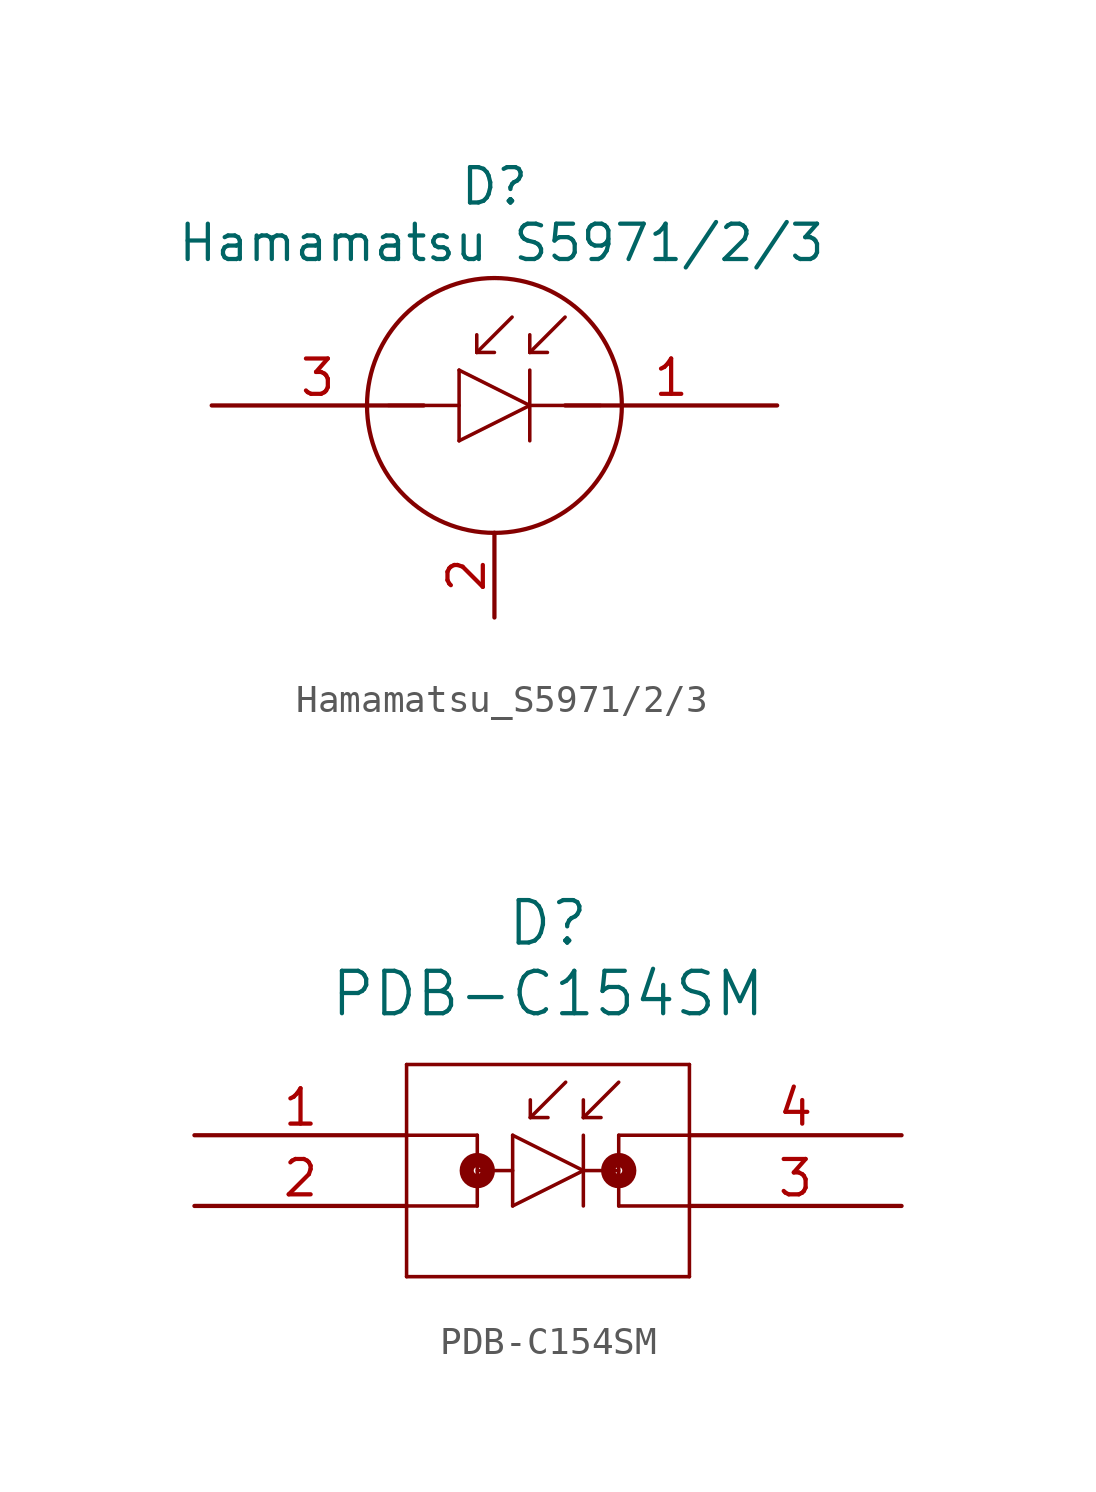
<source format=kicad_sym>
(kicad_symbol_lib
  (version 20231120)
  (generator "kicad_symbol_editor")
  (generator_version "8.0")
  (symbol "Hamamatsu_S5971/2/3"
    (pin_names hide)
    (property "Reference" "D"
      (at 0 7.874 0)
      (effects (font (size 1.27 1.27))))
    (property "Value" "Hamamatsu S5971/2/3"
      (at 0.254 5.842 0)
      (effects (font (size 1.27 1.27))))
    (symbol "Hamamatsu_S5971/2/3_0_1"
      (polyline (pts (xy -3.81 0) (xy -1.27 0)) (stroke (width 0.127) (type default)) (fill (type none)))
      (polyline (pts (xy -1.27 -1.27) (xy 1.27 0)) (stroke (width 0.127) (type default)) (fill (type none)))
      (polyline (pts (xy -1.27 1.27) (xy -1.27 -1.27)) (stroke (width 0.127) (type default)) (fill (type none)))
      (polyline (pts (xy -0.635 1.905) (xy -0.635 2.54)) (stroke (width 0.127) (type default)) (fill (type none)))
      (polyline (pts (xy -0.635 1.905) (xy 0 1.905)) (stroke (width 0.127) (type default)) (fill (type none)))
      (polyline (pts (xy 0.635 3.175) (xy -0.635 1.905)) (stroke (width 0.127) (type default)) (fill (type none)))
      (polyline (pts (xy 1.27 0) (xy -1.27 1.27)) (stroke (width 0.127) (type default)) (fill (type none)))
      (polyline (pts (xy 1.27 0) (xy 3.81 0)) (stroke (width 0.127) (type default)) (fill (type none)))
      (polyline (pts (xy 1.27 1.27) (xy 1.27 -1.27)) (stroke (width 0.127) (type default)) (fill (type none)))
      (polyline (pts (xy 1.27 1.905) (xy 1.27 2.54)) (stroke (width 0.127) (type default)) (fill (type none)))
      (polyline (pts (xy 1.27 1.905) (xy 1.905 1.905)) (stroke (width 0.127) (type default)) (fill (type none)))
      (polyline (pts (xy 2.54 3.175) (xy 1.27 1.905)) (stroke (width 0.127) (type default)) (fill (type none))))
    (symbol "Hamamatsu_S5971/2/3_1_1"
      (circle (center 0 0) (radius 4.579) (stroke (width 0) (type default)) (fill (type none)))
      (pin unspecified line (at 10.16 0 180) (length 7.62) (name "1" (effects (font (size 1.27 1.27)))) (number "1" (effects (font (size 1.27 1.27)))))
      (pin unspecified line (at 0 -7.62 90) (length 3.048) (name "2" (effects (font (size 1.27 1.27)))) (number "2" (effects (font (size 1.27 1.27)))))
      (pin unspecified line (at -10.16 0 0) (length 7.62) (name "" (effects (font (size 1.27 1.27)))) (number "3" (effects (font (size 1.27 1.27)))))))
  (symbol "PDB-C154SM"
    (pin_names
      (offset 0.254) hide)
    (property "Reference" "D"
      (at 11.43 7.62 0)
      (effects (font (size 1.524 1.524))))
    (property "Value" "PDB-C154SM"
      (at 11.43 5.08 0)
      (effects (font (size 1.524 1.524))))
    (symbol "PDB-C154SM_0_1"
      (polyline (pts (xy 6.35 -5.08) (xy 16.51 -5.08)) (stroke (width 0.127) (type default)) (fill (type none)))
      (polyline (pts (xy 6.35 0) (xy 8.89 0)) (stroke (width 0.127) (type default)) (fill (type none)))
      (polyline (pts (xy 6.35 2.54) (xy 6.35 -5.08)) (stroke (width 0.127) (type default)) (fill (type none)))
      (polyline (pts (xy 8.89 -2.54) (xy 6.35 -2.54)) (stroke (width 0.127) (type default)) (fill (type none)))
      (polyline (pts (xy 8.89 -1.27) (xy 10.16 -1.27)) (stroke (width 0.127) (type default)) (fill (type none)))
      (polyline (pts (xy 8.89 0) (xy 8.89 -2.54)) (stroke (width 0.127) (type default)) (fill (type none)))
      (polyline (pts (xy 10.16 -2.54) (xy 12.7 -1.27)) (stroke (width 0.127) (type default)) (fill (type none)))
      (polyline (pts (xy 10.16 0) (xy 10.16 -2.54)) (stroke (width 0.127) (type default)) (fill (type none)))
      (polyline (pts (xy 10.795 0.635) (xy 10.795 1.27)) (stroke (width 0.127) (type default)) (fill (type none)))
      (polyline (pts (xy 10.795 0.635) (xy 11.43 0.635)) (stroke (width 0.127) (type default)) (fill (type none)))
      (polyline (pts (xy 12.065 1.905) (xy 10.795 0.635)) (stroke (width 0.127) (type default)) (fill (type none)))
      (polyline (pts (xy 12.7 -1.27) (xy 10.16 0)) (stroke (width 0.127) (type default)) (fill (type none)))
      (polyline (pts (xy 12.7 -1.27) (xy 13.97 -1.27)) (stroke (width 0.127) (type default)) (fill (type none)))
      (polyline (pts (xy 12.7 0) (xy 12.7 -2.54)) (stroke (width 0.127) (type default)) (fill (type none)))
      (polyline (pts (xy 12.7 0.635) (xy 12.7 1.27)) (stroke (width 0.127) (type default)) (fill (type none)))
      (polyline (pts (xy 12.7 0.635) (xy 13.335 0.635)) (stroke (width 0.127) (type default)) (fill (type none)))
      (polyline (pts (xy 13.97 -2.54) (xy 16.51 -2.54)) (stroke (width 0.127) (type default)) (fill (type none)))
      (polyline (pts (xy 13.97 0) (xy 13.97 -2.54)) (stroke (width 0.127) (type default)) (fill (type none)))
      (polyline (pts (xy 13.97 1.905) (xy 12.7 0.635)) (stroke (width 0.127) (type default)) (fill (type none)))
      (polyline (pts (xy 16.51 -5.08) (xy 16.51 2.54)) (stroke (width 0.127) (type default)) (fill (type none)))
      (polyline (pts (xy 16.51 0) (xy 13.97 0)) (stroke (width 0.127) (type default)) (fill (type none)))
      (polyline (pts (xy 16.51 2.54) (xy 6.35 2.54)) (stroke (width 0.127) (type default)) (fill (type none)))
      (circle (center 8.89 -1.27) (radius 0.127) (stroke (width 0.508) (type default)) (fill (type none)))
      (circle (center 13.97 -1.27) (radius 0.127) (stroke (width 0.508) (type default)) (fill (type none)))
      (pin unspecified line (at 24.13 0 180) (length 7.62) (name "CATHODE" (effects (font (size 1.27 1.27)))) (number "4" (effects (font (size 1.27 1.27))))))
    (symbol "PDB-C154SM_1_1"
      (pin unspecified line (at -1.27 0 0) (length 7.62) (name "ANODE" (effects (font (size 1.27 1.27)))) (number "1" (effects (font (size 1.27 1.27)))))
      (pin unspecified line (at -1.27 -2.54 0) (length 7.62) (name "ANODE" (effects (font (size 1.27 1.27)))) (number "2" (effects (font (size 1.27 1.27)))))
      (pin unspecified line (at 24.13 -2.54 180) (length 7.62) (name "CATHODE" (effects (font (size 1.27 1.27)))) (number "3" (effects (font (size 1.27 1.27))))))))
</source>
